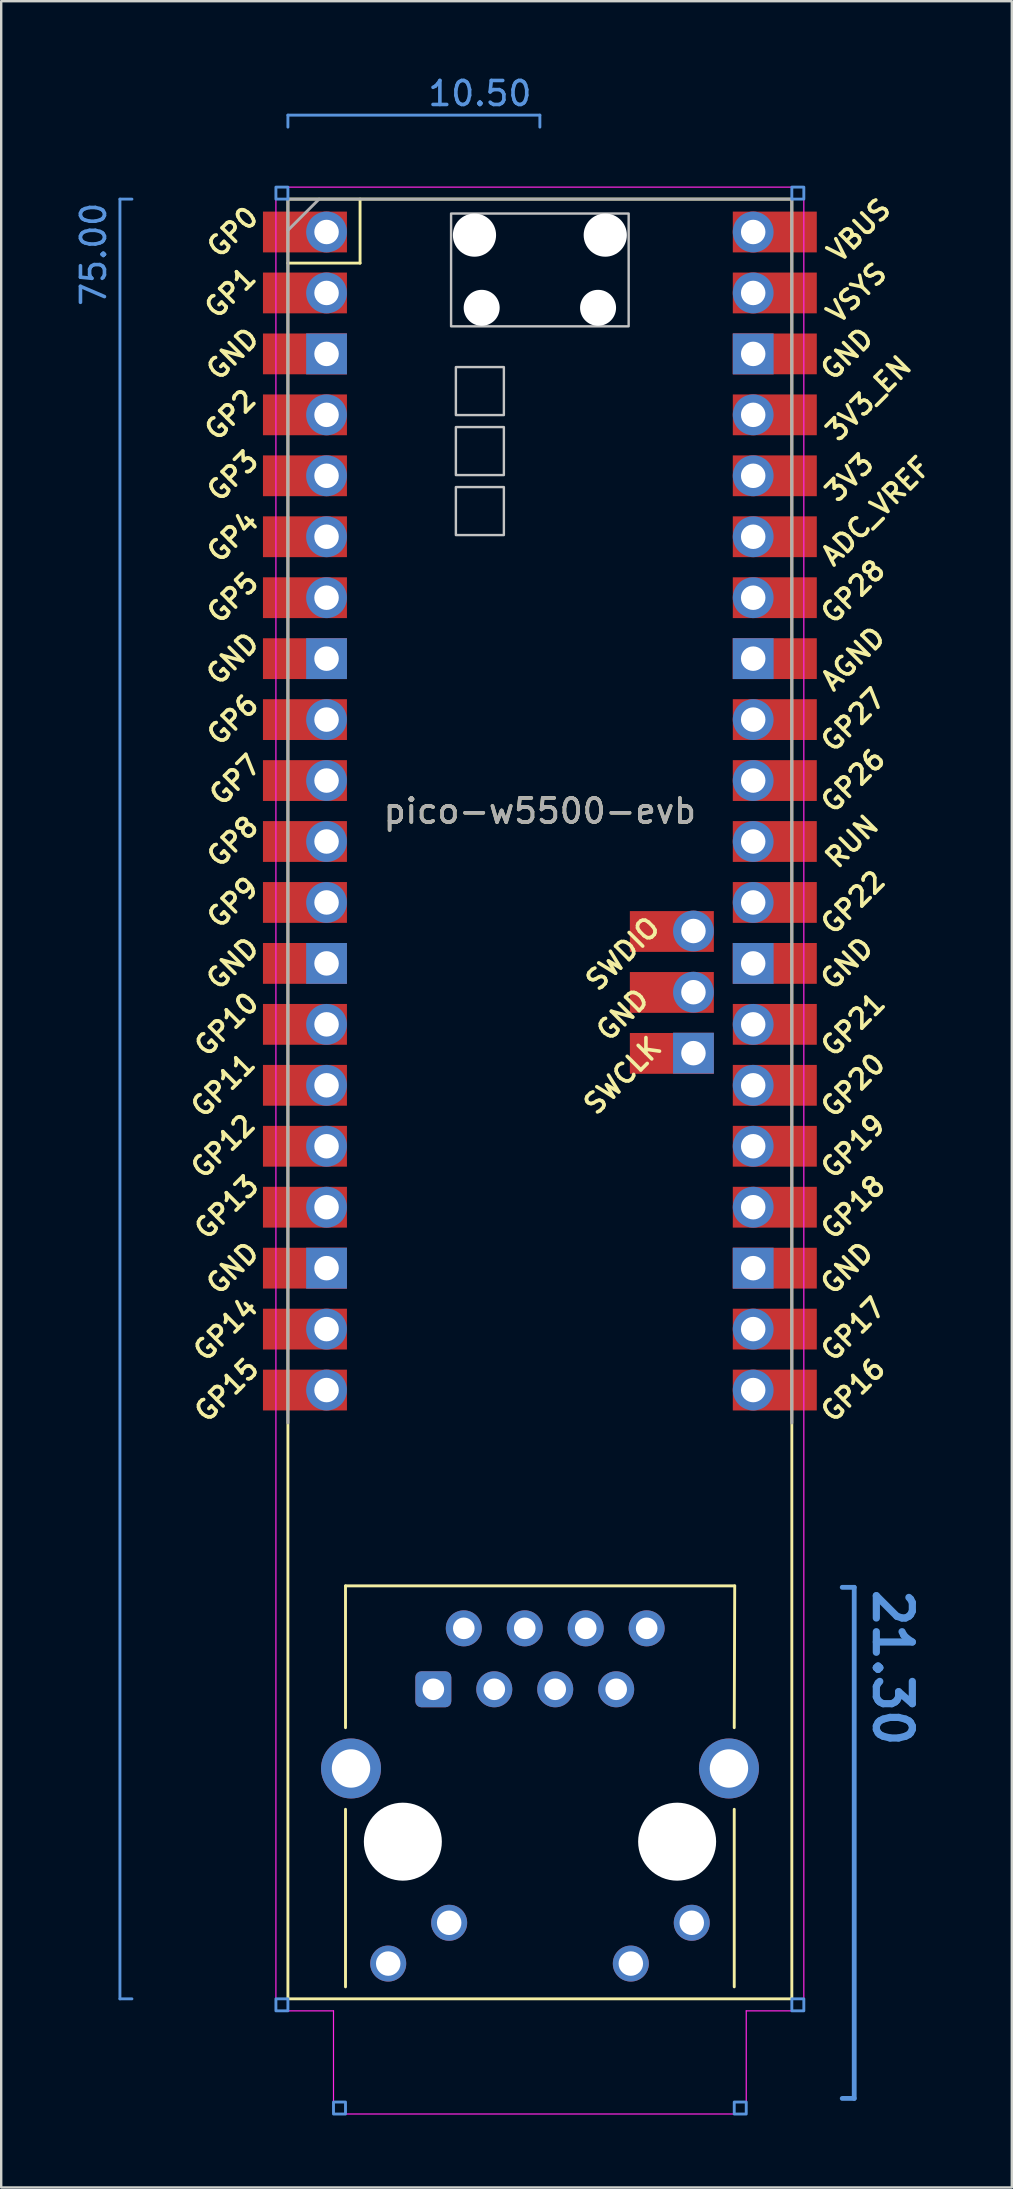
<source format=kicad_pcb>
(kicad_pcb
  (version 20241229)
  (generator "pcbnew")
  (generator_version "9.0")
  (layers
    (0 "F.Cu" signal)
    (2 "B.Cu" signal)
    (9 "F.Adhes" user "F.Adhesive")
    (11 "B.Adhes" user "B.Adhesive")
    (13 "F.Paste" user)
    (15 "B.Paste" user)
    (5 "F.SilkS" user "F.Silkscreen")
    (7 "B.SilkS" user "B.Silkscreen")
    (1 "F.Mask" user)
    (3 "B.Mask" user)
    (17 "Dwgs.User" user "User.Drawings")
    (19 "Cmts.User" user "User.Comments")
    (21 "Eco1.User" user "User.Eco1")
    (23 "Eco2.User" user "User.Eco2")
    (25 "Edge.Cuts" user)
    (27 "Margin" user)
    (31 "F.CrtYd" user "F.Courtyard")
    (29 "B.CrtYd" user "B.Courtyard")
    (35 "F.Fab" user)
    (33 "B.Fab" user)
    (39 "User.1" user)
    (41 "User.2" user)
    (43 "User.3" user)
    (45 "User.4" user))
  (footprint "pico-w5500-evb"
    (layer "F.Cu")
    (at 19.448 30.748)
    (property "Reference" "pico-w5500-evb" (at 0 0 0) (layer "F.SilkS") (effects (font (size 1 1) (thickness 0.15))))
    (attr through_hole)
    (fp_line (start -10.5 -25.5) (end 10.5 -25.5) (stroke (width 0.12) (type solid)) (layer "F.SilkS"))
    (fp_line (start -10.5 -22.833) (end -7.493 -22.833) (stroke (width 0.12) (type solid)) (layer "F.SilkS"))
    (fp_line (start -10.5 49.5) (end -10.5 -25.5) (stroke (width 0.12) (type solid)) (layer "F.SilkS"))
    (fp_line (start -10.5 49.5) (end 10.5 49.5) (stroke (width 0.12) (type solid)) (layer "F.SilkS"))
    (fp_line (start -8.1 32.29) (end -8.1 38.2) (stroke (width 0.12) (type solid)) (layer "F.SilkS"))
    (fp_line (start -8.1 32.29) (end 8.12 32.29) (stroke (width 0.12) (type solid)) (layer "F.SilkS"))
    (fp_line (start -8.1 41.6) (end -8.1 49) (stroke (width 0.12) (type solid)) (layer "F.SilkS"))
    (fp_line (start -7.493 -22.833) (end -7.493 -25.5) (stroke (width 0.12) (type solid)) (layer "F.SilkS"))
    (fp_line (start 8.1 41.6) (end 8.1 49) (stroke (width 0.12) (type solid)) (layer "F.SilkS"))
    (fp_line (start 8.12 32.29) (end 8.1 38.2) (stroke (width 0.12) (type solid)) (layer "F.SilkS"))
    (fp_line (start 10.5 -25.5) (end 10.5 49.5) (stroke (width 0.12) (type solid)) (layer "F.SilkS"))
    (fp_poly (pts (xy -1.5 -16.5) (xy -3.5 -16.5) (xy -3.5 -18.5) (xy -1.5 -18.5)) (stroke (width 0.1) (type solid)) (fill no) (layer "Dwgs.User"))
    (fp_poly (pts (xy -1.5 -14) (xy -3.5 -14) (xy -3.5 -16) (xy -1.5 -16)) (stroke (width 0.1) (type solid)) (fill no) (layer "Dwgs.User"))
    (fp_poly (pts (xy -1.5 -11.5) (xy -3.5 -11.5) (xy -3.5 -13.5) (xy -1.5 -13.5)) (stroke (width 0.1) (type solid)) (fill no) (layer "Dwgs.User"))
    (fp_poly (pts (xy 3.7 -20.2) (xy -3.7 -20.2) (xy -3.7 -24.9) (xy 3.7 -24.9)) (stroke (width 0.1) (type solid)) (fill no) (layer "Dwgs.User"))
    (fp_line (start -17.5 -25.5) (end -17.5 49.5) (stroke (width 0.12) (type solid)) (layer "Cmts.User"))
    (fp_line (start -17.5 -25.5) (end -17 -25.5) (stroke (width 0.12) (type solid)) (layer "Cmts.User"))
    (fp_line (start -17.5 49.5) (end -17 49.5) (stroke (width 0.12) (type solid)) (layer "Cmts.User"))
    (fp_line (start -10.5 -29) (end -10.5 -28.5) (stroke (width 0.12) (type solid)) (layer "Cmts.User"))
    (fp_line (start 0 -29) (end -10.5 -29) (stroke (width 0.12) (type solid)) (layer "Cmts.User"))
    (fp_line (start 0 -29) (end 0 -28.5) (stroke (width 0.12) (type solid)) (layer "Cmts.User"))
    (fp_line (start 13.1 32.35) (end 12.6 32.35) (stroke (width 0.2) (type solid)) (layer "Cmts.User"))
    (fp_line (start 13.1 32.35) (end 13.1 53.65) (stroke (width 0.2) (type solid)) (layer "Cmts.User"))
    (fp_line (start 13.1 53.65) (end 12.6 53.65) (stroke (width 0.2) (type solid)) (layer "Cmts.User"))
    (fp_rect (start -10.5 -25.5) (end -11 -26) (stroke (width 0.12) (type solid)) (fill no) (layer "Cmts.User"))
    (fp_rect (start -10.5 49.5) (end -11 50) (stroke (width 0.12) (type solid)) (fill no) (layer "Cmts.User"))
    (fp_rect (start -8.1 53.8) (end -8.6 54.3) (stroke (width 0.12) (type solid)) (fill no) (layer "Cmts.User"))
    (fp_rect (start 8.1 53.8) (end 8.6 54.3) (stroke (width 0.12) (type solid)) (fill no) (layer "Cmts.User"))
    (fp_rect (start 10.5 -25.5) (end 11 -26) (stroke (width 0.12) (type solid)) (fill no) (layer "Cmts.User"))
    (fp_rect (start 10.5 49.5) (end 11 50) (stroke (width 0.12) (type solid)) (fill no) (layer "Cmts.User"))
    (fp_line (start -11 -26) (end 11 -26) (stroke (width 0.05) (type solid)) (layer "F.CrtYd"))
    (fp_line (start -11 50) (end -11 -26) (stroke (width 0.05) (type solid)) (layer "F.CrtYd"))
    (fp_line (start -8.6 50) (end -11 50) (stroke (width 0.05) (type solid)) (layer "F.CrtYd"))
    (fp_line (start -8.6 54.3) (end -8.6 50) (stroke (width 0.05) (type solid)) (layer "F.CrtYd"))
    (fp_line (start 8.6 50) (end 8.6 54.3) (stroke (width 0.05) (type solid)) (layer "F.CrtYd"))
    (fp_line (start 8.6 54.3) (end -8.6 54.3) (stroke (width 0.05) (type solid)) (layer "F.CrtYd"))
    (fp_line (start 11 -26) (end 11 50) (stroke (width 0.05) (type solid)) (layer "F.CrtYd"))
    (fp_line (start 11 50) (end 8.6 50) (stroke (width 0.05) (type solid)) (layer "F.CrtYd"))
    (fp_line (start -10.5 -25.5) (end 10.5 -25.5) (stroke (width 0.12) (type solid)) (layer "F.Fab"))
    (fp_line (start -10.5 -24.2) (end -9.2 -25.5) (stroke (width 0.12) (type solid)) (layer "F.Fab"))
    (fp_line (start -10.5 25.5) (end -10.5 -25.5) (stroke (width 0.12) (type solid)) (layer "F.Fab"))
    (fp_line (start 10.5 -25.5) (end 10.5 25.5) (stroke (width 0.12) (type solid)) (layer "F.Fab"))
    (fp_text user "GP3" (at -12.8 -13.97 45) (layer "F.SilkS") (effects (font (size 0.8 0.8) (thickness 0.15))))
    (fp_text user "GP8" (at -12.8 1.27 45) (layer "F.SilkS") (effects (font (size 0.8 0.8) (thickness 0.15))))
    (fp_text user "GP21" (at 13.054 8.9 45) (layer "F.SilkS") (effects (font (size 0.8 0.8) (thickness 0.15))))
    (fp_text user "GP26" (at 13.054 -1.27 45) (layer "F.SilkS") (effects (font (size 0.8 0.8) (thickness 0.15))))
    (fp_text user "GP0" (at -12.8 -24.13 45) (layer "F.SilkS") (effects (font (size 0.8 0.8) (thickness 0.15))))
    (fp_text user "VSYS" (at 13.2 -21.59 45) (layer "F.SilkS") (effects (font (size 0.8 0.8) (thickness 0.15))))
    (fp_text user "GP6" (at -12.8 -3.81 45) (layer "F.SilkS") (effects (font (size 0.8 0.8) (thickness 0.15))))
    (fp_text user "GND" (at -12.8 19.05 45) (layer "F.SilkS") (effects (font (size 0.8 0.8) (thickness 0.15))))
    (fp_text user "GND" (at 3.45 8.49 45) (layer "F.SilkS") (effects (font (size 0.8 0.8) (thickness 0.15))))
    (fp_text user "3V3" (at 12.9 -13.9 45) (layer "F.SilkS") (effects (font (size 0.8 0.8) (thickness 0.15))))
    (fp_text user "GP4" (at -12.8 -11.43 45) (layer "F.SilkS") (effects (font (size 0.8 0.8) (thickness 0.15))))
    (fp_text user "GP20" (at 13.054 11.43 45) (layer "F.SilkS") (effects (font (size 0.8 0.8) (thickness 0.15))))
    (fp_text user "3V3_EN" (at 13.7 -17.2 45) (layer "F.SilkS") (effects (font (size 0.8 0.8) (thickness 0.15))))
    (fp_text user "GP10" (at -13.054 8.89 45) (layer "F.SilkS") (effects (font (size 0.8 0.8) (thickness 0.15))))
    (fp_text user "GP7" (at -12.7 -1.3 45) (layer "F.SilkS") (effects (font (size 0.8 0.8) (thickness 0.15))))
    (fp_text user "GND" (at 12.8 19.05 45) (layer "F.SilkS") (effects (font (size 0.8 0.8) (thickness 0.15))))
    (fp_text user "GP1" (at -12.9 -21.6 45) (layer "F.SilkS") (effects (font (size 0.8 0.8) (thickness 0.15))))
    (fp_text user "SWDIO" (at 3.45 5.95 45) (layer "F.SilkS") (effects (font (size 0.8 0.8) (thickness 0.15))))
    (fp_text user "GND" (at 12.8 6.35 45) (layer "F.SilkS") (effects (font (size 0.8 0.8) (thickness 0.15))))
    (fp_text user "GP18" (at 13.054 16.51 45) (layer "F.SilkS") (effects (font (size 0.8 0.8) (thickness 0.15))))
    (fp_text user "GP16" (at 13.054 24.13 45) (layer "F.SilkS") (effects (font (size 0.8 0.8) (thickness 0.15))))
    (fp_text user "ADC_VREF" (at 14 -12.5 45) (layer "F.SilkS") (effects (font (size 0.8 0.8) (thickness 0.15))))
    (fp_text user "GP19" (at 13.054 13.97 45) (layer "F.SilkS") (effects (font (size 0.8 0.8) (thickness 0.15))))
    (fp_text user "GP15" (at -13.054 24.13 45) (layer "F.SilkS") (effects (font (size 0.8 0.8) (thickness 0.15))))
    (fp_text user "GP12" (at -13.2 13.97 45) (layer "F.SilkS") (effects (font (size 0.8 0.8) (thickness 0.15))))
    (fp_text user "GP11" (at -13.2 11.43 45) (layer "F.SilkS") (effects (font (size 0.8 0.8) (thickness 0.15))))
    (fp_text user "GP27" (at 13.054 -3.8 45) (layer "F.SilkS") (effects (font (size 0.8 0.8) (thickness 0.15))))
    (fp_text user "GP9" (at -12.8 3.81 45) (layer "F.SilkS") (effects (font (size 0.8 0.8) (thickness 0.15))))
    (fp_text user "GND" (at -12.8 -6.35 45) (layer "F.SilkS") (effects (font (size 0.8 0.8) (thickness 0.15))))
    (fp_text user "SWCLK" (at 3.45 11.03 45) (layer "F.SilkS") (effects (font (size 0.8 0.8) (thickness 0.15))))
    (fp_text user "GP13" (at -13.054 16.51 45) (layer "F.SilkS") (effects (font (size 0.8 0.8) (thickness 0.15))))
    (fp_text user "GND" (at -12.8 -19.05 45) (layer "F.SilkS") (effects (font (size 0.8 0.8) (thickness 0.15))))
    (fp_text user "GP14" (at -13.1 21.59 45) (layer "F.SilkS") (effects (font (size 0.8 0.8) (thickness 0.15))))
    (fp_text user "GP2" (at -12.9 -16.51 45) (layer "F.SilkS") (effects (font (size 0.8 0.8) (thickness 0.15))))
    (fp_text user "GP5" (at -12.8 -8.89 45) (layer "F.SilkS") (effects (font (size 0.8 0.8) (thickness 0.15))))
    (fp_text user "VBUS" (at 13.3 -24.2 45) (layer "F.SilkS") (effects (font (size 0.8 0.8) (thickness 0.15))))
    (fp_text user "GND" (at 12.8 -19.05 45) (layer "F.SilkS") (effects (font (size 0.8 0.8) (thickness 0.15))))
    (fp_text user "GND" (at -12.8 6.35 45) (layer "F.SilkS") (effects (font (size 0.8 0.8) (thickness 0.15))))
    (fp_text user "GP22" (at 13.054 3.81 45) (layer "F.SilkS") (effects (font (size 0.8 0.8) (thickness 0.15))))
    (fp_text user "RUN" (at 13 1.27 45) (layer "F.SilkS") (effects (font (size 0.8 0.8) (thickness 0.15))))
    (fp_text user "AGND" (at 13.054 -6.35 45) (layer "F.SilkS") (effects (font (size 0.8 0.8) (thickness 0.15))))
    (fp_text user "GP17" (at 13.054 21.59 45) (layer "F.SilkS") (effects (font (size 0.8 0.8) (thickness 0.15))))
    (fp_text user "GP28" (at 13.054 -9.144 45) (layer "F.SilkS") (effects (font (size 0.8 0.8) (thickness 0.15))))
    (fp_text user "75.00" (at -18.6 -23.2 90) (unlocked yes) (layer "Cmts.User") (effects (font (size 1 1) (thickness 0.15))))
    (fp_text user "10.50" (at -2.5 -29.9 0) (unlocked yes) (layer "Cmts.User") (effects (font (size 1 1) (thickness 0.15))))
    (fp_text user "21.30" (at 14.7 35.7 270) (unlocked yes) (layer "Cmts.User") (effects (font (size 1.5 1.5) (thickness 0.3))))
    (fp_text user "${REFERENCE}" (at 0 0 180) (layer "F.Fab") (effects (font (size 1 1) (thickness 0.15))))
    (pad "" np_thru_hole circle (at -5.71 42.95) (size 3.25 3.25) (drill 3.25) (layers "*.Cu" "*.Mask"))
    (pad "" np_thru_hole oval (at -2.725 -24) (size 1.8 1.8) (drill 1.8) (layers "*.Cu" "*.Mask"))
    (pad "" np_thru_hole oval (at -2.425 -20.97) (size 1.5 1.5) (drill 1.5) (layers "*.Cu" "*.Mask"))
    (pad "" np_thru_hole oval (at 2.425 -20.97) (size 1.5 1.5) (drill 1.5) (layers "*.Cu" "*.Mask"))
    (pad "" np_thru_hole oval (at 2.725 -24) (size 1.8 1.8) (drill 1.8) (layers "*.Cu" "*.Mask"))
    (pad "" np_thru_hole circle (at 5.72 42.95) (size 3.25 3.25) (drill 3.25) (layers "*.Cu" "*.Mask"))
    (pad "1" thru_hole oval (at -8.89 -24.13) (size 1.7 1.7) (drill 1.02) (layers "*.Cu" "*.Mask"))
    (pad "1" smd rect (at -8.89 -24.13) (size 3.5 1.7) (drill (offset -0.9 0)) (layers "F.Cu" "F.Mask"))
    (pad "2" thru_hole oval (at -8.89 -21.59) (size 1.7 1.7) (drill 1.02) (layers "*.Cu" "*.Mask"))
    (pad "2" smd rect (at -8.89 -21.59) (size 3.5 1.7) (drill (offset -0.9 0)) (layers "F.Cu" "F.Mask"))
    (pad "3" thru_hole rect (at -8.89 -19.05) (size 1.7 1.7) (drill 1.02) (layers "*.Cu" "*.Mask"))
    (pad "3" smd rect (at -8.89 -19.05) (size 3.5 1.7) (drill (offset -0.9 0)) (layers "F.Cu" "F.Mask"))
    (pad "4" thru_hole oval (at -8.89 -16.51) (size 1.7 1.7) (drill 1.02) (layers "*.Cu" "*.Mask"))
    (pad "4" smd rect (at -8.89 -16.51) (size 3.5 1.7) (drill (offset -0.9 0)) (layers "F.Cu" "F.Mask"))
    (pad "5" thru_hole oval (at -8.89 -13.97) (size 1.7 1.7) (drill 1.02) (layers "*.Cu" "*.Mask"))
    (pad "5" smd rect (at -8.89 -13.97) (size 3.5 1.7) (drill (offset -0.9 0)) (layers "F.Cu" "F.Mask"))
    (pad "6" thru_hole oval (at -8.89 -11.43) (size 1.7 1.7) (drill 1.02) (layers "*.Cu" "*.Mask"))
    (pad "6" smd rect (at -8.89 -11.43) (size 3.5 1.7) (drill (offset -0.9 0)) (layers "F.Cu" "F.Mask"))
    (pad "7" thru_hole oval (at -8.89 -8.89) (size 1.7 1.7) (drill 1.02) (layers "*.Cu" "*.Mask"))
    (pad "7" smd rect (at -8.89 -8.89) (size 3.5 1.7) (drill (offset -0.9 0)) (layers "F.Cu" "F.Mask"))
    (pad "8" thru_hole rect (at -8.89 -6.35) (size 1.7 1.7) (drill 1.02) (layers "*.Cu" "*.Mask"))
    (pad "8" smd rect (at -8.89 -6.35) (size 3.5 1.7) (drill (offset -0.9 0)) (layers "F.Cu" "F.Mask"))
    (pad "9" thru_hole oval (at -8.89 -3.81) (size 1.7 1.7) (drill 1.02) (layers "*.Cu" "*.Mask"))
    (pad "9" smd rect (at -8.89 -3.81) (size 3.5 1.7) (drill (offset -0.9 0)) (layers "F.Cu" "F.Mask"))
    (pad "10" thru_hole oval (at -8.89 -1.27) (size 1.7 1.7) (drill 1.02) (layers "*.Cu" "*.Mask"))
    (pad "10" smd rect (at -8.89 -1.27) (size 3.5 1.7) (drill (offset -0.9 0)) (layers "F.Cu" "F.Mask"))
    (pad "11" thru_hole oval (at -8.89 1.27) (size 1.7 1.7) (drill 1.02) (layers "*.Cu" "*.Mask"))
    (pad "11" smd rect (at -8.89 1.27) (size 3.5 1.7) (drill (offset -0.9 0)) (layers "F.Cu" "F.Mask"))
    (pad "12" thru_hole oval (at -8.89 3.81) (size 1.7 1.7) (drill 1.02) (layers "*.Cu" "*.Mask"))
    (pad "12" smd rect (at -8.89 3.81) (size 3.5 1.7) (drill (offset -0.9 0)) (layers "F.Cu" "F.Mask"))
    (pad "13" thru_hole rect (at -8.89 6.35) (size 1.7 1.7) (drill 1.02) (layers "*.Cu" "*.Mask"))
    (pad "13" smd rect (at -8.89 6.35) (size 3.5 1.7) (drill (offset -0.9 0)) (layers "F.Cu" "F.Mask"))
    (pad "14" thru_hole oval (at -8.89 8.89) (size 1.7 1.7) (drill 1.02) (layers "*.Cu" "*.Mask"))
    (pad "14" smd rect (at -8.89 8.89) (size 3.5 1.7) (drill (offset -0.9 0)) (layers "F.Cu" "F.Mask"))
    (pad "15" thru_hole oval (at -8.89 11.43) (size 1.7 1.7) (drill 1.02) (layers "*.Cu" "*.Mask"))
    (pad "15" smd rect (at -8.89 11.43) (size 3.5 1.7) (drill (offset -0.9 0)) (layers "F.Cu" "F.Mask"))
    (pad "16" thru_hole oval (at -8.89 13.97) (size 1.7 1.7) (drill 1.02) (layers "*.Cu" "*.Mask"))
    (pad "16" smd rect (at -8.89 13.97) (size 3.5 1.7) (drill (offset -0.9 0)) (layers "F.Cu" "F.Mask"))
    (pad "17" thru_hole oval (at -8.89 16.51) (size 1.7 1.7) (drill 1.02) (layers "*.Cu" "*.Mask"))
    (pad "17" smd rect (at -8.89 16.51) (size 3.5 1.7) (drill (offset -0.9 0)) (layers "F.Cu" "F.Mask"))
    (pad "18" thru_hole rect (at -8.89 19.05) (size 1.7 1.7) (drill 1.02) (layers "*.Cu" "*.Mask"))
    (pad "18" smd rect (at -8.89 19.05) (size 3.5 1.7) (drill (offset -0.9 0)) (layers "F.Cu" "F.Mask"))
    (pad "19" thru_hole oval (at -8.89 21.59) (size 1.7 1.7) (drill 1.02) (layers "*.Cu" "*.Mask"))
    (pad "19" smd rect (at -8.89 21.59) (size 3.5 1.7) (drill (offset -0.9 0)) (layers "F.Cu" "F.Mask"))
    (pad "20" thru_hole oval (at -8.89 24.13) (size 1.7 1.7) (drill 1.02) (layers "*.Cu" "*.Mask"))
    (pad "20" smd rect (at -8.89 24.13) (size 3.5 1.7) (drill (offset -0.9 0)) (layers "F.Cu" "F.Mask"))
    (pad "21" thru_hole oval (at 8.89 24.13) (size 1.7 1.7) (drill 1.02) (layers "*.Cu" "*.Mask"))
    (pad "21" smd rect (at 8.89 24.13) (size 3.5 1.7) (drill (offset 0.9 0)) (layers "F.Cu" "F.Mask"))
    (pad "22" thru_hole oval (at 8.89 21.59) (size 1.7 1.7) (drill 1.02) (layers "*.Cu" "*.Mask"))
    (pad "22" smd rect (at 8.89 21.59) (size 3.5 1.7) (drill (offset 0.9 0)) (layers "F.Cu" "F.Mask"))
    (pad "23" thru_hole rect (at 8.89 19.05) (size 1.7 1.7) (drill 1.02) (layers "*.Cu" "*.Mask"))
    (pad "23" smd rect (at 8.89 19.05) (size 3.5 1.7) (drill (offset 0.9 0)) (layers "F.Cu" "F.Mask"))
    (pad "24" thru_hole oval (at 8.89 16.51) (size 1.7 1.7) (drill 1.02) (layers "*.Cu" "*.Mask"))
    (pad "24" smd rect (at 8.89 16.51) (size 3.5 1.7) (drill (offset 0.9 0)) (layers "F.Cu" "F.Mask"))
    (pad "25" thru_hole oval (at 8.89 13.97) (size 1.7 1.7) (drill 1.02) (layers "*.Cu" "*.Mask"))
    (pad "25" smd rect (at 8.89 13.97) (size 3.5 1.7) (drill (offset 0.9 0)) (layers "F.Cu" "F.Mask"))
    (pad "26" thru_hole oval (at 8.89 11.43) (size 1.7 1.7) (drill 1.02) (layers "*.Cu" "*.Mask"))
    (pad "26" smd rect (at 8.89 11.43) (size 3.5 1.7) (drill (offset 0.9 0)) (layers "F.Cu" "F.Mask"))
    (pad "27" thru_hole oval (at 8.89 8.89) (size 1.7 1.7) (drill 1.02) (layers "*.Cu" "*.Mask"))
    (pad "27" smd rect (at 8.89 8.89) (size 3.5 1.7) (drill (offset 0.9 0)) (layers "F.Cu" "F.Mask"))
    (pad "28" thru_hole rect (at 8.89 6.35) (size 1.7 1.7) (drill 1.02) (layers "*.Cu" "*.Mask"))
    (pad "28" smd rect (at 8.89 6.35) (size 3.5 1.7) (drill (offset 0.9 0)) (layers "F.Cu" "F.Mask"))
    (pad "29" thru_hole oval (at 8.89 3.81) (size 1.7 1.7) (drill 1.02) (layers "*.Cu" "*.Mask"))
    (pad "29" smd rect (at 8.89 3.81) (size 3.5 1.7) (drill (offset 0.9 0)) (layers "F.Cu" "F.Mask"))
    (pad "30" thru_hole oval (at 8.89 1.27) (size 1.7 1.7) (drill 1.02) (layers "*.Cu" "*.Mask"))
    (pad "30" smd rect (at 8.89 1.27) (size 3.5 1.7) (drill (offset 0.9 0)) (layers "F.Cu" "F.Mask"))
    (pad "31" thru_hole oval (at 8.89 -1.27) (size 1.7 1.7) (drill 1.02) (layers "*.Cu" "*.Mask"))
    (pad "31" smd rect (at 8.89 -1.27) (size 3.5 1.7) (drill (offset 0.9 0)) (layers "F.Cu" "F.Mask"))
    (pad "32" thru_hole oval (at 8.89 -3.81) (size 1.7 1.7) (drill 1.02) (layers "*.Cu" "*.Mask"))
    (pad "32" smd rect (at 8.89 -3.81) (size 3.5 1.7) (drill (offset 0.9 0)) (layers "F.Cu" "F.Mask"))
    (pad "33" thru_hole rect (at 8.89 -6.35) (size 1.7 1.7) (drill 1.02) (layers "*.Cu" "*.Mask"))
    (pad "33" smd rect (at 8.89 -6.35) (size 3.5 1.7) (drill (offset 0.9 0)) (layers "F.Cu" "F.Mask"))
    (pad "34" thru_hole oval (at 8.89 -8.89) (size 1.7 1.7) (drill 1.02) (layers "*.Cu" "*.Mask"))
    (pad "34" smd rect (at 8.89 -8.89) (size 3.5 1.7) (drill (offset 0.9 0)) (layers "F.Cu" "F.Mask"))
    (pad "35" thru_hole oval (at 8.89 -11.43) (size 1.7 1.7) (drill 1.02) (layers "*.Cu" "*.Mask"))
    (pad "35" smd rect (at 8.89 -11.43) (size 3.5 1.7) (drill (offset 0.9 0)) (layers "F.Cu" "F.Mask"))
    (pad "36" thru_hole oval (at 8.89 -13.97) (size 1.7 1.7) (drill 1.02) (layers "*.Cu" "*.Mask"))
    (pad "36" smd rect (at 8.89 -13.97) (size 3.5 1.7) (drill (offset 0.9 0)) (layers "F.Cu" "F.Mask"))
    (pad "37" thru_hole oval (at 8.89 -16.51) (size 1.7 1.7) (drill 1.02) (layers "*.Cu" "*.Mask"))
    (pad "37" smd rect (at 8.89 -16.51) (size 3.5 1.7) (drill (offset 0.9 0)) (layers "F.Cu" "F.Mask"))
    (pad "38" thru_hole rect (at 8.89 -19.05) (size 1.7 1.7) (drill 1.02) (layers "*.Cu" "*.Mask"))
    (pad "38" smd rect (at 8.89 -19.05) (size 3.5 1.7) (drill (offset 0.9 0)) (layers "F.Cu" "F.Mask"))
    (pad "39" thru_hole oval (at 8.89 -21.59) (size 1.7 1.7) (drill 1.02) (layers "*.Cu" "*.Mask"))
    (pad "39" smd rect (at 8.89 -21.59) (size 3.5 1.7) (drill (offset 0.9 0)) (layers "F.Cu" "F.Mask"))
    (pad "40" thru_hole oval (at 8.89 -24.13) (size 1.7 1.7) (drill 1.02) (layers "*.Cu" "*.Mask"))
    (pad "40" smd rect (at 8.89 -24.13) (size 3.5 1.7) (drill (offset 0.9 0)) (layers "F.Cu" "F.Mask"))
    (pad "41" smd rect (at 4.6 10.1) (size 3.5 1.7) (drill (offset 0.9 0)) (layers "F.Cu" "F.Mask"))
    (pad "41" thru_hole rect (at 6.4 10.09) (size 1.7 1.7) (drill 1.02) (layers "*.Cu" "*.Mask"))
    (pad "42" smd rect (at 4.6 7.56) (size 3.5 1.7) (drill (offset 0.9 0)) (layers "F.Cu" "F.Mask"))
    (pad "42" thru_hole oval (at 6.4 7.55) (size 1.7 1.7) (drill 1.02) (layers "*.Cu" "*.Mask"))
    (pad "43" smd rect (at 4.6 5.02) (size 3.5 1.7) (drill (offset 0.9 0)) (layers "F.Cu" "F.Mask"))
    (pad "43" thru_hole oval (at 6.4 5) (size 1.7 1.7) (drill 1.02) (layers "*.Cu" "*.Mask"))
    (pad "101" thru_hole roundrect (at -4.44 36.6) (size 1.5 1.5) (drill 0.9) (layers "*.Cu" "*.Mask") (roundrect_rratio 0.167))
    (pad "102" thru_hole circle (at -3.17 34.06) (size 1.5 1.5) (drill 0.9) (layers "*.Cu" "*.Mask"))
    (pad "103" thru_hole circle (at -1.9 36.6) (size 1.5 1.5) (drill 0.9) (layers "*.Cu" "*.Mask"))
    (pad "104" thru_hole circle (at -0.63 34.06) (size 1.5 1.5) (drill 0.9) (layers "*.Cu" "*.Mask"))
    (pad "105" thru_hole circle (at 0.64 36.6) (size 1.5 1.5) (drill 0.9) (layers "*.Cu" "*.Mask"))
    (pad "106" thru_hole circle (at 1.91 34.06) (size 1.5 1.5) (drill 0.9) (layers "*.Cu" "*.Mask"))
    (pad "107" thru_hole circle (at 3.18 36.6) (size 1.5 1.5) (drill 0.9) (layers "*.Cu" "*.Mask"))
    (pad "108" thru_hole circle (at 4.45 34.06) (size 1.5 1.5) (drill 0.9) (layers "*.Cu" "*.Mask"))
    (pad "109" thru_hole circle (at -6.32 48.03) (size 1.5 1.5) (drill 1.02) (layers "*.Cu" "*.Mask"))
    (pad "110" thru_hole circle (at -3.78 46.33) (size 1.5 1.5) (drill 1.02) (layers "*.Cu" "*.Mask"))
    (pad "111" thru_hole circle (at 3.79 48.03) (size 1.5 1.5) (drill 1.02) (layers "*.Cu" "*.Mask"))
    (pad "112" thru_hole circle (at 6.33 46.33) (size 1.5 1.5) (drill 1.02) (layers "*.Cu" "*.Mask"))
    (pad "SH" thru_hole circle (at -7.87 39.9) (size 2.5 2.5) (drill 1.6) (layers "*.Cu" "*.Mask"))
    (pad "SH" thru_hole circle (at 7.88 39.9) (size 2.5 2.5) (drill 1.6) (layers "*.Cu" "*.Mask")))
  (gr_rect
    (start -3 -3)
    (end 39.115 88.108)
    (stroke (width 0.1) (type default))
    (fill no)
    (layer "Edge.Cuts")))
</source>
